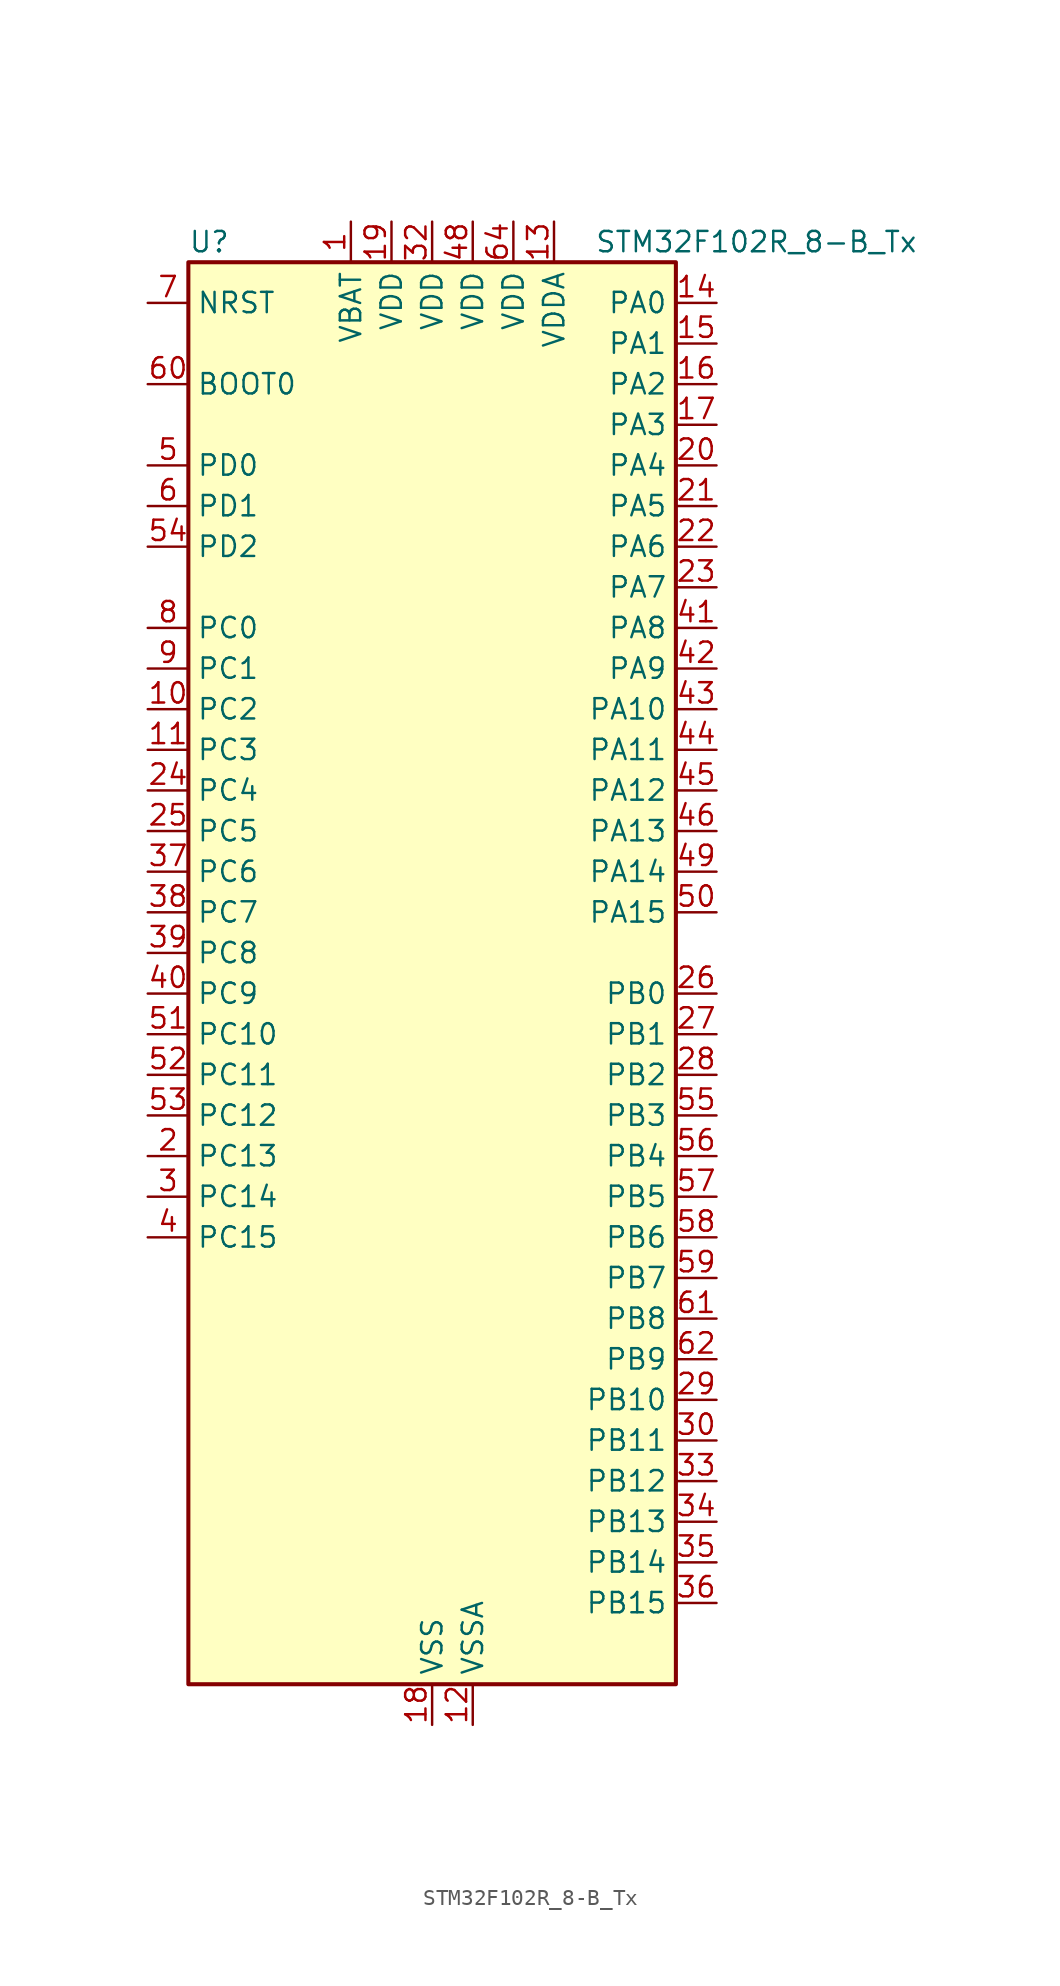
<source format=kicad_sym>
(kicad_symbol_lib
  (version 20231120)
  (generator "kicad_symbol_editor")
  (generator_version "8.0")
  (symbol "STM32F102R_8-B_Tx"
    (property "Reference" "U"
      (at -15.24 46.99 0)
      (effects (font (size 1.27 1.27)) (justify left)))
    (property "Value" "STM32F102R_8-B_Tx"
      (at 10.16 46.99 0)
      (effects (font (size 1.27 1.27)) (justify left)))
    (property "ki_locked" ""
      (at 0 0 0)
      (effects (font (size 1.27 1.27))))
    (symbol "STM32F102R_8-B_Tx_0_1"
      (rectangle (start -15.24 -43.18) (end 15.24 45.72) (stroke (width 0.254) (type default)) (fill (type background))))
    (symbol "STM32F102R_8-B_Tx_1_1"
      (pin power_in line (at -5.08 48.26 270) (length 2.54) (name "VBAT" (effects (font (size 1.27 1.27)))) (number "1" (effects (font (size 1.27 1.27)))))
      (pin bidirectional line (at -17.78 17.78 0) (length 2.54) (name "PC2" (effects (font (size 1.27 1.27)))) (number "10" (effects (font (size 1.27 1.27)))) (alternate "ADC1_IN12" bidirectional line))
      (pin bidirectional line (at -17.78 15.24 0) (length 2.54) (name "PC3" (effects (font (size 1.27 1.27)))) (number "11" (effects (font (size 1.27 1.27)))) (alternate "ADC1_IN13" bidirectional line))
      (pin power_in line (at 2.54 -45.72 90) (length 2.54) (name "VSSA" (effects (font (size 1.27 1.27)))) (number "12" (effects (font (size 1.27 1.27)))))
      (pin power_in line (at 7.62 48.26 270) (length 2.54) (name "VDDA" (effects (font (size 1.27 1.27)))) (number "13" (effects (font (size 1.27 1.27)))))
      (pin bidirectional line (at 17.78 43.18 180) (length 2.54) (name "PA0" (effects (font (size 1.27 1.27)))) (number "14" (effects (font (size 1.27 1.27)))) (alternate "ADC1_IN0" bidirectional line) (alternate "SYS_WKUP" bidirectional line) (alternate "TIM2_CH1" bidirectional line) (alternate "TIM2_ETR" bidirectional line) (alternate "USART2_CTS" bidirectional line))
      (pin bidirectional line (at 17.78 40.64 180) (length 2.54) (name "PA1" (effects (font (size 1.27 1.27)))) (number "15" (effects (font (size 1.27 1.27)))) (alternate "ADC1_IN1" bidirectional line) (alternate "TIM2_CH2" bidirectional line) (alternate "USART2_RTS" bidirectional line))
      (pin bidirectional line (at 17.78 38.1 180) (length 2.54) (name "PA2" (effects (font (size 1.27 1.27)))) (number "16" (effects (font (size 1.27 1.27)))) (alternate "ADC1_IN2" bidirectional line) (alternate "TIM2_CH3" bidirectional line) (alternate "USART2_TX" bidirectional line))
      (pin bidirectional line (at 17.78 35.56 180) (length 2.54) (name "PA3" (effects (font (size 1.27 1.27)))) (number "17" (effects (font (size 1.27 1.27)))) (alternate "ADC1_IN3" bidirectional line) (alternate "TIM2_CH4" bidirectional line) (alternate "USART2_RX" bidirectional line))
      (pin power_in line (at 0 -45.72 90) (length 2.54) (name "VSS" (effects (font (size 1.27 1.27)))) (number "18" (effects (font (size 1.27 1.27)))))
      (pin power_in line (at -2.54 48.26 270) (length 2.54) (name "VDD" (effects (font (size 1.27 1.27)))) (number "19" (effects (font (size 1.27 1.27)))))
      (pin bidirectional line (at -17.78 -10.16 0) (length 2.54) (name "PC13" (effects (font (size 1.27 1.27)))) (number "2" (effects (font (size 1.27 1.27)))) (alternate "RTC_OUT" bidirectional line) (alternate "RTC_TAMPER" bidirectional line))
      (pin bidirectional line (at 17.78 33.02 180) (length 2.54) (name "PA4" (effects (font (size 1.27 1.27)))) (number "20" (effects (font (size 1.27 1.27)))) (alternate "ADC1_IN4" bidirectional line) (alternate "SPI1_NSS" bidirectional line) (alternate "USART2_CK" bidirectional line))
      (pin bidirectional line (at 17.78 30.48 180) (length 2.54) (name "PA5" (effects (font (size 1.27 1.27)))) (number "21" (effects (font (size 1.27 1.27)))) (alternate "ADC1_IN5" bidirectional line) (alternate "SPI1_SCK" bidirectional line))
      (pin bidirectional line (at 17.78 27.94 180) (length 2.54) (name "PA6" (effects (font (size 1.27 1.27)))) (number "22" (effects (font (size 1.27 1.27)))) (alternate "ADC1_IN6" bidirectional line) (alternate "SPI1_MISO" bidirectional line) (alternate "TIM3_CH1" bidirectional line))
      (pin bidirectional line (at 17.78 25.4 180) (length 2.54) (name "PA7" (effects (font (size 1.27 1.27)))) (number "23" (effects (font (size 1.27 1.27)))) (alternate "ADC1_IN7" bidirectional line) (alternate "SPI1_MOSI" bidirectional line) (alternate "TIM3_CH2" bidirectional line))
      (pin bidirectional line (at -17.78 12.7 0) (length 2.54) (name "PC4" (effects (font (size 1.27 1.27)))) (number "24" (effects (font (size 1.27 1.27)))) (alternate "ADC1_IN14" bidirectional line))
      (pin bidirectional line (at -17.78 10.16 0) (length 2.54) (name "PC5" (effects (font (size 1.27 1.27)))) (number "25" (effects (font (size 1.27 1.27)))) (alternate "ADC1_IN15" bidirectional line))
      (pin bidirectional line (at 17.78 0 180) (length 2.54) (name "PB0" (effects (font (size 1.27 1.27)))) (number "26" (effects (font (size 1.27 1.27)))) (alternate "ADC1_IN8" bidirectional line) (alternate "TIM3_CH3" bidirectional line))
      (pin bidirectional line (at 17.78 -2.54 180) (length 2.54) (name "PB1" (effects (font (size 1.27 1.27)))) (number "27" (effects (font (size 1.27 1.27)))) (alternate "ADC1_IN9" bidirectional line) (alternate "TIM3_CH4" bidirectional line))
      (pin bidirectional line (at 17.78 -5.08 180) (length 2.54) (name "PB2" (effects (font (size 1.27 1.27)))) (number "28" (effects (font (size 1.27 1.27)))))
      (pin bidirectional line (at 17.78 -25.4 180) (length 2.54) (name "PB10" (effects (font (size 1.27 1.27)))) (number "29" (effects (font (size 1.27 1.27)))) (alternate "I2C2_SCL" bidirectional line) (alternate "TIM2_CH3" bidirectional line) (alternate "USART3_TX" bidirectional line))
      (pin bidirectional line (at -17.78 -12.7 0) (length 2.54) (name "PC14" (effects (font (size 1.27 1.27)))) (number "3" (effects (font (size 1.27 1.27)))) (alternate "RCC_OSC32_IN" bidirectional line))
      (pin bidirectional line (at 17.78 -27.94 180) (length 2.54) (name "PB11" (effects (font (size 1.27 1.27)))) (number "30" (effects (font (size 1.27 1.27)))) (alternate "ADC1_EXTI11" bidirectional line) (alternate "I2C2_SDA" bidirectional line) (alternate "TIM2_CH4" bidirectional line) (alternate "USART3_RX" bidirectional line))
      (pin passive line (at 0 -45.72 90) (length 2.54) hide (name "VSS" (effects (font (size 1.27 1.27)))) (number "31" (effects (font (size 1.27 1.27)))))
      (pin power_in line (at 0 48.26 270) (length 2.54) (name "VDD" (effects (font (size 1.27 1.27)))) (number "32" (effects (font (size 1.27 1.27)))))
      (pin bidirectional line (at 17.78 -30.48 180) (length 2.54) (name "PB12" (effects (font (size 1.27 1.27)))) (number "33" (effects (font (size 1.27 1.27)))) (alternate "I2C2_SMBA" bidirectional line) (alternate "SPI2_NSS" bidirectional line) (alternate "USART3_CK" bidirectional line))
      (pin bidirectional line (at 17.78 -33.02 180) (length 2.54) (name "PB13" (effects (font (size 1.27 1.27)))) (number "34" (effects (font (size 1.27 1.27)))) (alternate "SPI2_SCK" bidirectional line) (alternate "USART3_CTS" bidirectional line))
      (pin bidirectional line (at 17.78 -35.56 180) (length 2.54) (name "PB14" (effects (font (size 1.27 1.27)))) (number "35" (effects (font (size 1.27 1.27)))) (alternate "SPI2_MISO" bidirectional line) (alternate "USART3_RTS" bidirectional line))
      (pin bidirectional line (at 17.78 -38.1 180) (length 2.54) (name "PB15" (effects (font (size 1.27 1.27)))) (number "36" (effects (font (size 1.27 1.27)))) (alternate "ADC1_EXTI15" bidirectional line) (alternate "SPI2_MOSI" bidirectional line))
      (pin bidirectional line (at -17.78 7.62 0) (length 2.54) (name "PC6" (effects (font (size 1.27 1.27)))) (number "37" (effects (font (size 1.27 1.27)))) (alternate "TIM3_CH1" bidirectional line))
      (pin bidirectional line (at -17.78 5.08 0) (length 2.54) (name "PC7" (effects (font (size 1.27 1.27)))) (number "38" (effects (font (size 1.27 1.27)))) (alternate "TIM3_CH2" bidirectional line))
      (pin bidirectional line (at -17.78 2.54 0) (length 2.54) (name "PC8" (effects (font (size 1.27 1.27)))) (number "39" (effects (font (size 1.27 1.27)))) (alternate "TIM3_CH3" bidirectional line))
      (pin bidirectional line (at -17.78 -15.24 0) (length 2.54) (name "PC15" (effects (font (size 1.27 1.27)))) (number "4" (effects (font (size 1.27 1.27)))) (alternate "ADC1_EXTI15" bidirectional line) (alternate "RCC_OSC32_OUT" bidirectional line))
      (pin bidirectional line (at -17.78 0 0) (length 2.54) (name "PC9" (effects (font (size 1.27 1.27)))) (number "40" (effects (font (size 1.27 1.27)))) (alternate "TIM3_CH4" bidirectional line))
      (pin bidirectional line (at 17.78 22.86 180) (length 2.54) (name "PA8" (effects (font (size 1.27 1.27)))) (number "41" (effects (font (size 1.27 1.27)))) (alternate "RCC_MCO" bidirectional line) (alternate "USART1_CK" bidirectional line))
      (pin bidirectional line (at 17.78 20.32 180) (length 2.54) (name "PA9" (effects (font (size 1.27 1.27)))) (number "42" (effects (font (size 1.27 1.27)))) (alternate "USART1_TX" bidirectional line))
      (pin bidirectional line (at 17.78 17.78 180) (length 2.54) (name "PA10" (effects (font (size 1.27 1.27)))) (number "43" (effects (font (size 1.27 1.27)))) (alternate "USART1_RX" bidirectional line))
      (pin bidirectional line (at 17.78 15.24 180) (length 2.54) (name "PA11" (effects (font (size 1.27 1.27)))) (number "44" (effects (font (size 1.27 1.27)))) (alternate "ADC1_EXTI11" bidirectional line) (alternate "USART1_CTS" bidirectional line) (alternate "USB_DM" bidirectional line))
      (pin bidirectional line (at 17.78 12.7 180) (length 2.54) (name "PA12" (effects (font (size 1.27 1.27)))) (number "45" (effects (font (size 1.27 1.27)))) (alternate "USART1_RTS" bidirectional line) (alternate "USB_DP" bidirectional line))
      (pin bidirectional line (at 17.78 10.16 180) (length 2.54) (name "PA13" (effects (font (size 1.27 1.27)))) (number "46" (effects (font (size 1.27 1.27)))) (alternate "SYS_JTMS-SWDIO" bidirectional line))
      (pin passive line (at 0 -45.72 90) (length 2.54) hide (name "VSS" (effects (font (size 1.27 1.27)))) (number "47" (effects (font (size 1.27 1.27)))))
      (pin power_in line (at 2.54 48.26 270) (length 2.54) (name "VDD" (effects (font (size 1.27 1.27)))) (number "48" (effects (font (size 1.27 1.27)))))
      (pin bidirectional line (at 17.78 7.62 180) (length 2.54) (name "PA14" (effects (font (size 1.27 1.27)))) (number "49" (effects (font (size 1.27 1.27)))) (alternate "SYS_JTCK-SWCLK" bidirectional line))
      (pin bidirectional line (at -17.78 33.02 0) (length 2.54) (name "PD0" (effects (font (size 1.27 1.27)))) (number "5" (effects (font (size 1.27 1.27)))) (alternate "RCC_OSC_IN" bidirectional line))
      (pin bidirectional line (at 17.78 5.08 180) (length 2.54) (name "PA15" (effects (font (size 1.27 1.27)))) (number "50" (effects (font (size 1.27 1.27)))) (alternate "ADC1_EXTI15" bidirectional line) (alternate "SPI1_NSS" bidirectional line) (alternate "SYS_JTDI" bidirectional line) (alternate "TIM2_CH1" bidirectional line) (alternate "TIM2_ETR" bidirectional line))
      (pin bidirectional line (at -17.78 -2.54 0) (length 2.54) (name "PC10" (effects (font (size 1.27 1.27)))) (number "51" (effects (font (size 1.27 1.27)))) (alternate "USART3_TX" bidirectional line))
      (pin bidirectional line (at -17.78 -5.08 0) (length 2.54) (name "PC11" (effects (font (size 1.27 1.27)))) (number "52" (effects (font (size 1.27 1.27)))) (alternate "ADC1_EXTI11" bidirectional line) (alternate "USART3_RX" bidirectional line))
      (pin bidirectional line (at -17.78 -7.62 0) (length 2.54) (name "PC12" (effects (font (size 1.27 1.27)))) (number "53" (effects (font (size 1.27 1.27)))) (alternate "USART3_CK" bidirectional line))
      (pin bidirectional line (at -17.78 27.94 0) (length 2.54) (name "PD2" (effects (font (size 1.27 1.27)))) (number "54" (effects (font (size 1.27 1.27)))) (alternate "TIM3_ETR" bidirectional line))
      (pin bidirectional line (at 17.78 -7.62 180) (length 2.54) (name "PB3" (effects (font (size 1.27 1.27)))) (number "55" (effects (font (size 1.27 1.27)))) (alternate "SPI1_SCK" bidirectional line) (alternate "SYS_JTDO-TRACESWO" bidirectional line) (alternate "TIM2_CH2" bidirectional line))
      (pin bidirectional line (at 17.78 -10.16 180) (length 2.54) (name "PB4" (effects (font (size 1.27 1.27)))) (number "56" (effects (font (size 1.27 1.27)))) (alternate "SPI1_MISO" bidirectional line) (alternate "SYS_NJTRST" bidirectional line) (alternate "TIM3_CH1" bidirectional line))
      (pin bidirectional line (at 17.78 -12.7 180) (length 2.54) (name "PB5" (effects (font (size 1.27 1.27)))) (number "57" (effects (font (size 1.27 1.27)))) (alternate "I2C1_SMBA" bidirectional line) (alternate "SPI1_MOSI" bidirectional line) (alternate "TIM3_CH2" bidirectional line))
      (pin bidirectional line (at 17.78 -15.24 180) (length 2.54) (name "PB6" (effects (font (size 1.27 1.27)))) (number "58" (effects (font (size 1.27 1.27)))) (alternate "I2C1_SCL" bidirectional line) (alternate "TIM4_CH1" bidirectional line) (alternate "USART1_TX" bidirectional line))
      (pin bidirectional line (at 17.78 -17.78 180) (length 2.54) (name "PB7" (effects (font (size 1.27 1.27)))) (number "59" (effects (font (size 1.27 1.27)))) (alternate "I2C1_SDA" bidirectional line) (alternate "TIM4_CH2" bidirectional line) (alternate "USART1_RX" bidirectional line))
      (pin bidirectional line (at -17.78 30.48 0) (length 2.54) (name "PD1" (effects (font (size 1.27 1.27)))) (number "6" (effects (font (size 1.27 1.27)))) (alternate "RCC_OSC_OUT" bidirectional line))
      (pin input line (at -17.78 38.1 0) (length 2.54) (name "BOOT0" (effects (font (size 1.27 1.27)))) (number "60" (effects (font (size 1.27 1.27)))))
      (pin bidirectional line (at 17.78 -20.32 180) (length 2.54) (name "PB8" (effects (font (size 1.27 1.27)))) (number "61" (effects (font (size 1.27 1.27)))) (alternate "I2C1_SCL" bidirectional line) (alternate "TIM4_CH3" bidirectional line))
      (pin bidirectional line (at 17.78 -22.86 180) (length 2.54) (name "PB9" (effects (font (size 1.27 1.27)))) (number "62" (effects (font (size 1.27 1.27)))) (alternate "I2C1_SDA" bidirectional line) (alternate "TIM4_CH4" bidirectional line))
      (pin passive line (at 0 -45.72 90) (length 2.54) hide (name "VSS" (effects (font (size 1.27 1.27)))) (number "63" (effects (font (size 1.27 1.27)))))
      (pin power_in line (at 5.08 48.26 270) (length 2.54) (name "VDD" (effects (font (size 1.27 1.27)))) (number "64" (effects (font (size 1.27 1.27)))))
      (pin input line (at -17.78 43.18 0) (length 2.54) (name "NRST" (effects (font (size 1.27 1.27)))) (number "7" (effects (font (size 1.27 1.27)))))
      (pin bidirectional line (at -17.78 22.86 0) (length 2.54) (name "PC0" (effects (font (size 1.27 1.27)))) (number "8" (effects (font (size 1.27 1.27)))) (alternate "ADC1_IN10" bidirectional line))
      (pin bidirectional line (at -17.78 20.32 0) (length 2.54) (name "PC1" (effects (font (size 1.27 1.27)))) (number "9" (effects (font (size 1.27 1.27)))) (alternate "ADC1_IN11" bidirectional line)))))
</source>
